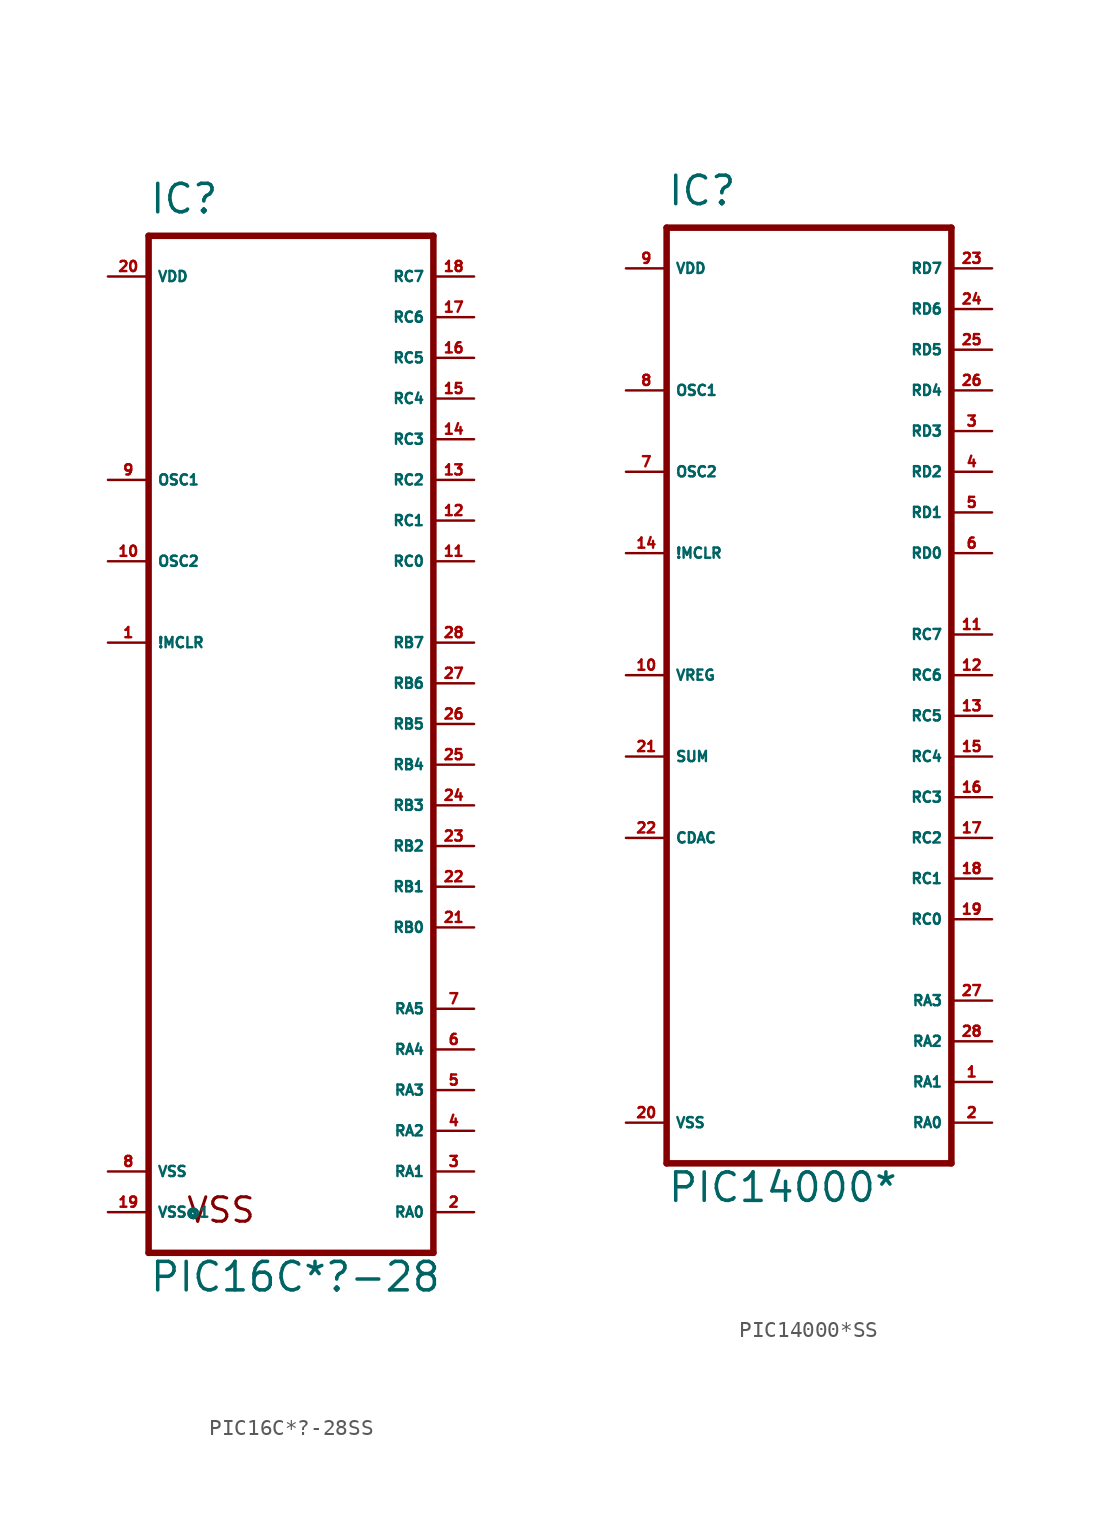
<source format=kicad_sym>
(kicad_symbol_lib
  (version 20220914)
  (generator Eagle2Kicad)
  (symbol "PIC16C*?-28SS"
    (property "Reference" "IC"
      (at -7.62 31.75 0)
      (effects (font (size 1.778 1.778) (thickness 0.22)) (justify left bottom)))
    (property "Value" "PIC16C*?-28"
      (at -7.62 -35.56 0)
      (effects (font (size 1.778 1.778) (thickness 0.22)) (justify left bottom)))
    (polyline
      (pts (xy -7.62 -33.02) (xy 10.16 -33.02))
      (stroke (width 0.406) (type default))
      (fill (type none)))
    (polyline
      (pts (xy 10.16 -33.02) (xy 10.16 30.48))
      (stroke (width 0.406) (type default))
      (fill (type none)))
    (polyline
      (pts (xy 10.16 30.48) (xy -7.62 30.48))
      (stroke (width 0.406) (type default))
      (fill (type none)))
    (polyline
      (pts (xy -7.62 30.48) (xy -7.62 -33.02))
      (stroke (width 0.406) (type default))
      (fill (type none)))
    (text "VSS"
      (at -5.334 -31.242 0)
      (effects (font (size 1.524 1.524) (thickness 0.19)) (justify left bottom)))
    (pin input line
      (at -10.16 5.08 0)
      (length 2.54)
      (name "!MCLR" (effects (font (size 0.635 0.635) (thickness 0.08)) (justify left bottom)))
      (number "1" (effects (font (size 0.635 0.635) (thickness 0.08)) (justify left bottom))))
    (pin bidirectional line
      (at -10.16 15.24 0)
      (length 2.54)
      (name "OSC1" (effects (font (size 0.635 0.635) (thickness 0.08)) (justify left bottom)))
      (number "9" (effects (font (size 0.635 0.635) (thickness 0.08)) (justify left bottom))))
    (pin bidirectional line
      (at 12.7 -30.48 180)
      (length 2.54)
      (name "RA0" (effects (font (size 0.635 0.635) (thickness 0.08)) (justify left bottom)))
      (number "2" (effects (font (size 0.635 0.635) (thickness 0.08)) (justify left bottom))))
    (pin bidirectional line
      (at 12.7 -27.94 180)
      (length 2.54)
      (name "RA1" (effects (font (size 0.635 0.635) (thickness 0.08)) (justify left bottom)))
      (number "3" (effects (font (size 0.635 0.635) (thickness 0.08)) (justify left bottom))))
    (pin bidirectional line
      (at 12.7 -25.4 180)
      (length 2.54)
      (name "RA2" (effects (font (size 0.635 0.635) (thickness 0.08)) (justify left bottom)))
      (number "4" (effects (font (size 0.635 0.635) (thickness 0.08)) (justify left bottom))))
    (pin bidirectional line
      (at 12.7 -22.86 180)
      (length 2.54)
      (name "RA3" (effects (font (size 0.635 0.635) (thickness 0.08)) (justify left bottom)))
      (number "5" (effects (font (size 0.635 0.635) (thickness 0.08)) (justify left bottom))))
    (pin bidirectional line
      (at 12.7 -20.32 180)
      (length 2.54)
      (name "RA4" (effects (font (size 0.635 0.635) (thickness 0.08)) (justify left bottom)))
      (number "6" (effects (font (size 0.635 0.635) (thickness 0.08)) (justify left bottom))))
    (pin bidirectional line
      (at 12.7 -17.78 180)
      (length 2.54)
      (name "RA5" (effects (font (size 0.635 0.635) (thickness 0.08)) (justify left bottom)))
      (number "7" (effects (font (size 0.635 0.635) (thickness 0.08)) (justify left bottom))))
    (pin bidirectional line
      (at -10.16 10.16 0)
      (length 2.54)
      (name "OSC2" (effects (font (size 0.635 0.635) (thickness 0.08)) (justify left bottom)))
      (number "10" (effects (font (size 0.635 0.635) (thickness 0.08)) (justify left bottom))))
    (pin bidirectional line
      (at 12.7 27.94 180)
      (length 2.54)
      (name "RC7" (effects (font (size 0.635 0.635) (thickness 0.08)) (justify left bottom)))
      (number "18" (effects (font (size 0.635 0.635) (thickness 0.08)) (justify left bottom))))
    (pin bidirectional line
      (at 12.7 25.4 180)
      (length 2.54)
      (name "RC6" (effects (font (size 0.635 0.635) (thickness 0.08)) (justify left bottom)))
      (number "17" (effects (font (size 0.635 0.635) (thickness 0.08)) (justify left bottom))))
    (pin bidirectional line
      (at 12.7 22.86 180)
      (length 2.54)
      (name "RC5" (effects (font (size 0.635 0.635) (thickness 0.08)) (justify left bottom)))
      (number "16" (effects (font (size 0.635 0.635) (thickness 0.08)) (justify left bottom))))
    (pin bidirectional line
      (at 12.7 20.32 180)
      (length 2.54)
      (name "RC4" (effects (font (size 0.635 0.635) (thickness 0.08)) (justify left bottom)))
      (number "15" (effects (font (size 0.635 0.635) (thickness 0.08)) (justify left bottom))))
    (pin bidirectional line
      (at 12.7 17.78 180)
      (length 2.54)
      (name "RC3" (effects (font (size 0.635 0.635) (thickness 0.08)) (justify left bottom)))
      (number "14" (effects (font (size 0.635 0.635) (thickness 0.08)) (justify left bottom))))
    (pin bidirectional line
      (at 12.7 15.24 180)
      (length 2.54)
      (name "RC2" (effects (font (size 0.635 0.635) (thickness 0.08)) (justify left bottom)))
      (number "13" (effects (font (size 0.635 0.635) (thickness 0.08)) (justify left bottom))))
    (pin bidirectional line
      (at 12.7 12.7 180)
      (length 2.54)
      (name "RC1" (effects (font (size 0.635 0.635) (thickness 0.08)) (justify left bottom)))
      (number "12" (effects (font (size 0.635 0.635) (thickness 0.08)) (justify left bottom))))
    (pin bidirectional line
      (at 12.7 10.16 180)
      (length 2.54)
      (name "RC0" (effects (font (size 0.635 0.635) (thickness 0.08)) (justify left bottom)))
      (number "11" (effects (font (size 0.635 0.635) (thickness 0.08)) (justify left bottom))))
    (pin bidirectional line
      (at 12.7 5.08 180)
      (length 2.54)
      (name "RB7" (effects (font (size 0.635 0.635) (thickness 0.08)) (justify left bottom)))
      (number "28" (effects (font (size 0.635 0.635) (thickness 0.08)) (justify left bottom))))
    (pin bidirectional line
      (at 12.7 2.54 180)
      (length 2.54)
      (name "RB6" (effects (font (size 0.635 0.635) (thickness 0.08)) (justify left bottom)))
      (number "27" (effects (font (size 0.635 0.635) (thickness 0.08)) (justify left bottom))))
    (pin bidirectional line
      (at 12.7 0 180)
      (length 2.54)
      (name "RB5" (effects (font (size 0.635 0.635) (thickness 0.08)) (justify left bottom)))
      (number "26" (effects (font (size 0.635 0.635) (thickness 0.08)) (justify left bottom))))
    (pin bidirectional line
      (at 12.7 -2.54 180)
      (length 2.54)
      (name "RB4" (effects (font (size 0.635 0.635) (thickness 0.08)) (justify left bottom)))
      (number "25" (effects (font (size 0.635 0.635) (thickness 0.08)) (justify left bottom))))
    (pin bidirectional line
      (at 12.7 -5.08 180)
      (length 2.54)
      (name "RB3" (effects (font (size 0.635 0.635) (thickness 0.08)) (justify left bottom)))
      (number "24" (effects (font (size 0.635 0.635) (thickness 0.08)) (justify left bottom))))
    (pin bidirectional line
      (at 12.7 -7.62 180)
      (length 2.54)
      (name "RB2" (effects (font (size 0.635 0.635) (thickness 0.08)) (justify left bottom)))
      (number "23" (effects (font (size 0.635 0.635) (thickness 0.08)) (justify left bottom))))
    (pin bidirectional line
      (at 12.7 -10.16 180)
      (length 2.54)
      (name "RB1" (effects (font (size 0.635 0.635) (thickness 0.08)) (justify left bottom)))
      (number "22" (effects (font (size 0.635 0.635) (thickness 0.08)) (justify left bottom))))
    (pin bidirectional line
      (at 12.7 -12.7 180)
      (length 2.54)
      (name "RB0" (effects (font (size 0.635 0.635) (thickness 0.08)) (justify left bottom)))
      (number "21" (effects (font (size 0.635 0.635) (thickness 0.08)) (justify left bottom))))
    (pin unspecified line
      (at -10.16 -30.48 0)
      (length 2.54)
      (name "VSS@1" (effects (font (size 0.635 0.635) (thickness 0.08)) (justify left bottom)))
      (number "19" (effects (font (size 0.635 0.635) (thickness 0.08)) (justify left bottom))))
    (pin unspecified line
      (at -10.16 -27.94 0)
      (length 2.54)
      (name "VSS" (effects (font (size 0.635 0.635) (thickness 0.08)) (justify left bottom)))
      (number "8" (effects (font (size 0.635 0.635) (thickness 0.08)) (justify left bottom))))
    (pin unspecified line
      (at -10.16 27.94 0)
      (length 2.54)
      (name "VDD" (effects (font (size 0.635 0.635) (thickness 0.08)) (justify left bottom)))
      (number "20" (effects (font (size 0.635 0.635) (thickness 0.08)) (justify left bottom)))))
  (symbol "PIC14000*SS"
    (property "Reference" "IC"
      (at -7.62 29.21 0)
      (effects (font (size 1.778 1.778) (thickness 0.22)) (justify left bottom)))
    (property "Value" "PIC14000*"
      (at -7.62 -33.02 0)
      (effects (font (size 1.778 1.778) (thickness 0.22)) (justify left bottom)))
    (polyline
      (pts (xy -7.62 -30.48) (xy 10.16 -30.48))
      (stroke (width 0.406) (type default))
      (fill (type none)))
    (polyline
      (pts (xy 10.16 -30.48) (xy 10.16 27.94))
      (stroke (width 0.406) (type default))
      (fill (type none)))
    (polyline
      (pts (xy 10.16 27.94) (xy -7.62 27.94))
      (stroke (width 0.406) (type default))
      (fill (type none)))
    (polyline
      (pts (xy -7.62 27.94) (xy -7.62 -30.48))
      (stroke (width 0.406) (type default))
      (fill (type none)))
    (pin input line
      (at -10.16 7.62 0)
      (length 2.54)
      (name "!MCLR" (effects (font (size 0.635 0.635) (thickness 0.08)) (justify left bottom)))
      (number "14" (effects (font (size 0.635 0.635) (thickness 0.08)) (justify left bottom))))
    (pin input line
      (at -10.16 17.78 0)
      (length 2.54)
      (name "OSC1" (effects (font (size 0.635 0.635) (thickness 0.08)) (justify left bottom)))
      (number "8" (effects (font (size 0.635 0.635) (thickness 0.08)) (justify left bottom))))
    (pin bidirectional line
      (at 12.7 -27.94 180)
      (length 2.54)
      (name "RA0" (effects (font (size 0.635 0.635) (thickness 0.08)) (justify left bottom)))
      (number "2" (effects (font (size 0.635 0.635) (thickness 0.08)) (justify left bottom))))
    (pin bidirectional line
      (at 12.7 -25.4 180)
      (length 2.54)
      (name "RA1" (effects (font (size 0.635 0.635) (thickness 0.08)) (justify left bottom)))
      (number "1" (effects (font (size 0.635 0.635) (thickness 0.08)) (justify left bottom))))
    (pin bidirectional line
      (at 12.7 -22.86 180)
      (length 2.54)
      (name "RA2" (effects (font (size 0.635 0.635) (thickness 0.08)) (justify left bottom)))
      (number "28" (effects (font (size 0.635 0.635) (thickness 0.08)) (justify left bottom))))
    (pin bidirectional line
      (at 12.7 -20.32 180)
      (length 2.54)
      (name "RA3" (effects (font (size 0.635 0.635) (thickness 0.08)) (justify left bottom)))
      (number "27" (effects (font (size 0.635 0.635) (thickness 0.08)) (justify left bottom))))
    (pin output line
      (at -10.16 0 0)
      (length 2.54)
      (name "VREG" (effects (font (size 0.635 0.635) (thickness 0.08)) (justify left bottom)))
      (number "10" (effects (font (size 0.635 0.635) (thickness 0.08)) (justify left bottom))))
    (pin output line
      (at -10.16 -5.08 0)
      (length 2.54)
      (name "SUM" (effects (font (size 0.635 0.635) (thickness 0.08)) (justify left bottom)))
      (number "21" (effects (font (size 0.635 0.635) (thickness 0.08)) (justify left bottom))))
    (pin output line
      (at -10.16 12.7 0)
      (length 2.54)
      (name "OSC2" (effects (font (size 0.635 0.635) (thickness 0.08)) (justify left bottom)))
      (number "7" (effects (font (size 0.635 0.635) (thickness 0.08)) (justify left bottom))))
    (pin bidirectional line
      (at 12.7 2.54 180)
      (length 2.54)
      (name "RC7" (effects (font (size 0.635 0.635) (thickness 0.08)) (justify left bottom)))
      (number "11" (effects (font (size 0.635 0.635) (thickness 0.08)) (justify left bottom))))
    (pin bidirectional line
      (at 12.7 0 180)
      (length 2.54)
      (name "RC6" (effects (font (size 0.635 0.635) (thickness 0.08)) (justify left bottom)))
      (number "12" (effects (font (size 0.635 0.635) (thickness 0.08)) (justify left bottom))))
    (pin bidirectional line
      (at 12.7 -2.54 180)
      (length 2.54)
      (name "RC5" (effects (font (size 0.635 0.635) (thickness 0.08)) (justify left bottom)))
      (number "13" (effects (font (size 0.635 0.635) (thickness 0.08)) (justify left bottom))))
    (pin bidirectional line
      (at 12.7 -5.08 180)
      (length 2.54)
      (name "RC4" (effects (font (size 0.635 0.635) (thickness 0.08)) (justify left bottom)))
      (number "15" (effects (font (size 0.635 0.635) (thickness 0.08)) (justify left bottom))))
    (pin bidirectional line
      (at 12.7 -7.62 180)
      (length 2.54)
      (name "RC3" (effects (font (size 0.635 0.635) (thickness 0.08)) (justify left bottom)))
      (number "16" (effects (font (size 0.635 0.635) (thickness 0.08)) (justify left bottom))))
    (pin bidirectional line
      (at 12.7 -10.16 180)
      (length 2.54)
      (name "RC2" (effects (font (size 0.635 0.635) (thickness 0.08)) (justify left bottom)))
      (number "17" (effects (font (size 0.635 0.635) (thickness 0.08)) (justify left bottom))))
    (pin bidirectional line
      (at 12.7 -12.7 180)
      (length 2.54)
      (name "RC1" (effects (font (size 0.635 0.635) (thickness 0.08)) (justify left bottom)))
      (number "18" (effects (font (size 0.635 0.635) (thickness 0.08)) (justify left bottom))))
    (pin bidirectional line
      (at 12.7 -15.24 180)
      (length 2.54)
      (name "RC0" (effects (font (size 0.635 0.635) (thickness 0.08)) (justify left bottom)))
      (number "19" (effects (font (size 0.635 0.635) (thickness 0.08)) (justify left bottom))))
    (pin bidirectional line
      (at 12.7 25.4 180)
      (length 2.54)
      (name "RD7" (effects (font (size 0.635 0.635) (thickness 0.08)) (justify left bottom)))
      (number "23" (effects (font (size 0.635 0.635) (thickness 0.08)) (justify left bottom))))
    (pin bidirectional line
      (at 12.7 22.86 180)
      (length 2.54)
      (name "RD6" (effects (font (size 0.635 0.635) (thickness 0.08)) (justify left bottom)))
      (number "24" (effects (font (size 0.635 0.635) (thickness 0.08)) (justify left bottom))))
    (pin bidirectional line
      (at 12.7 20.32 180)
      (length 2.54)
      (name "RD5" (effects (font (size 0.635 0.635) (thickness 0.08)) (justify left bottom)))
      (number "25" (effects (font (size 0.635 0.635) (thickness 0.08)) (justify left bottom))))
    (pin bidirectional line
      (at 12.7 17.78 180)
      (length 2.54)
      (name "RD4" (effects (font (size 0.635 0.635) (thickness 0.08)) (justify left bottom)))
      (number "26" (effects (font (size 0.635 0.635) (thickness 0.08)) (justify left bottom))))
    (pin bidirectional line
      (at 12.7 15.24 180)
      (length 2.54)
      (name "RD3" (effects (font (size 0.635 0.635) (thickness 0.08)) (justify left bottom)))
      (number "3" (effects (font (size 0.635 0.635) (thickness 0.08)) (justify left bottom))))
    (pin bidirectional line
      (at 12.7 12.7 180)
      (length 2.54)
      (name "RD2" (effects (font (size 0.635 0.635) (thickness 0.08)) (justify left bottom)))
      (number "4" (effects (font (size 0.635 0.635) (thickness 0.08)) (justify left bottom))))
    (pin bidirectional line
      (at 12.7 10.16 180)
      (length 2.54)
      (name "RD1" (effects (font (size 0.635 0.635) (thickness 0.08)) (justify left bottom)))
      (number "5" (effects (font (size 0.635 0.635) (thickness 0.08)) (justify left bottom))))
    (pin bidirectional line
      (at 12.7 7.62 180)
      (length 2.54)
      (name "RD0" (effects (font (size 0.635 0.635) (thickness 0.08)) (justify left bottom)))
      (number "6" (effects (font (size 0.635 0.635) (thickness 0.08)) (justify left bottom))))
    (pin output line
      (at -10.16 -10.16 0)
      (length 2.54)
      (name "CDAC" (effects (font (size 0.635 0.635) (thickness 0.08)) (justify left bottom)))
      (number "22" (effects (font (size 0.635 0.635) (thickness 0.08)) (justify left bottom))))
    (pin unspecified line
      (at -10.16 -27.94 0)
      (length 2.54)
      (name "VSS" (effects (font (size 0.635 0.635) (thickness 0.08)) (justify left bottom)))
      (number "20" (effects (font (size 0.635 0.635) (thickness 0.08)) (justify left bottom))))
    (pin unspecified line
      (at -10.16 25.4 0)
      (length 2.54)
      (name "VDD" (effects (font (size 0.635 0.635) (thickness 0.08)) (justify left bottom)))
      (number "9" (effects (font (size 0.635 0.635) (thickness 0.08)) (justify left bottom))))))
</source>
